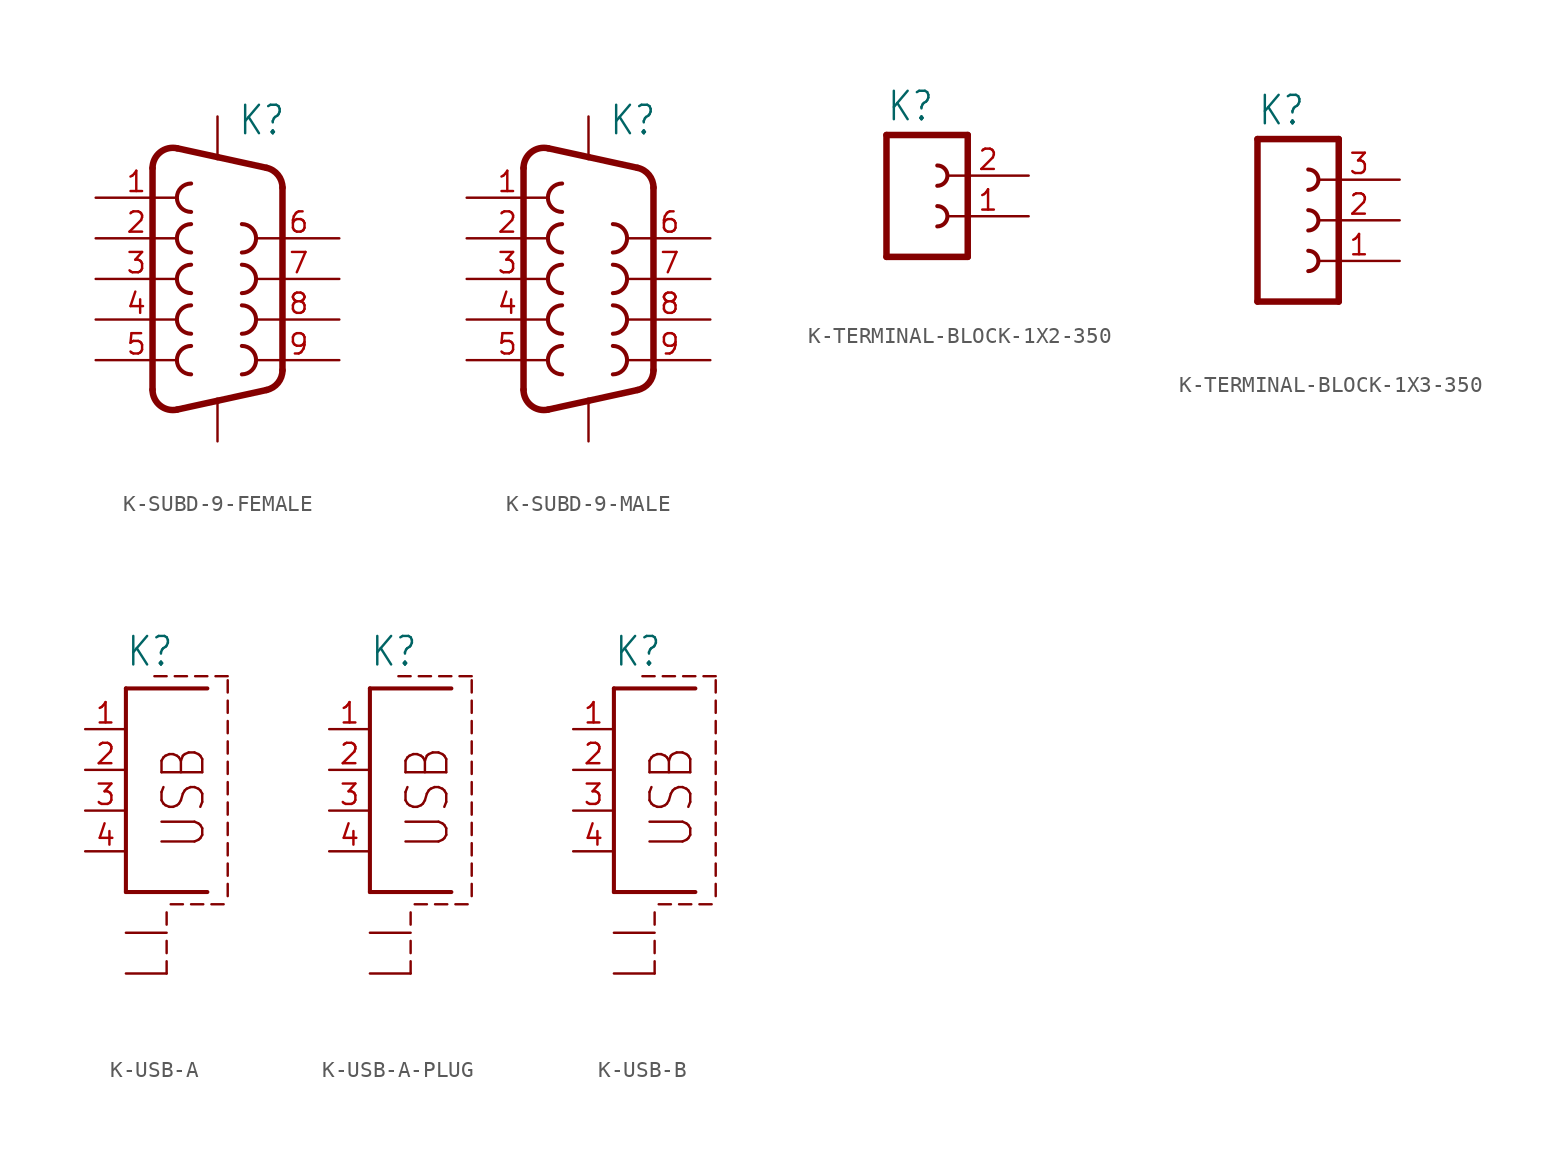
<source format=kicad_sym>
(kicad_symbol_lib
  (version 20231120)
  (generator "kicad_symbol_editor")
  (generator_version "8.0")
  (symbol "K-SUBD-9-FEMALE"
    (property "Reference" "K"
      (at 1.27 8.89 0)
      (effects (font (size 1.778 1.511)) (justify left bottom)))
    (property "Value" ""
      (at 1.27 -10.795 0)
      (effects (font (size 1.778 1.511)) (justify left bottom)))
    (property "ki_locked" ""
      (at 0 0 0)
      (effects (font (size 1.27 1.27))))
    (symbol "K-SUBD-9-FEMALE_1_0"
      (arc (start -4.064 -6.9312) (mid -3.5903 -7.9206) (end -2.5225 -8.172) (stroke (width 0.4064) (type solid)) (fill (type none)))
      (arc (start -2.5225 8.1719) (mid -3.5902 7.9205) (end -4.064 6.9312) (stroke (width 0.4064) (type solid)) (fill (type none)))
      (arc (start -1.651 -4.191) (mid -2.54 -5.08) (end -1.651 -5.969) (stroke (width 0.254) (type solid)) (fill (type none)))
      (arc (start -1.651 -1.651) (mid -2.54 -2.54) (end -1.651 -3.429) (stroke (width 0.254) (type solid)) (fill (type none)))
      (arc (start -1.651 0.889) (mid -2.54 0) (end -1.651 -0.889) (stroke (width 0.254) (type solid)) (fill (type none)))
      (arc (start -1.651 3.429) (mid -2.54 2.54) (end -1.651 1.651) (stroke (width 0.254) (type solid)) (fill (type none)))
      (arc (start -1.651 5.969) (mid -2.54 5.08) (end -1.651 4.191) (stroke (width 0.254) (type solid)) (fill (type none)))
      (polyline (pts (xy -4.064 -6.931) (xy -4.064 6.931)) (stroke (width 0.406) (type solid)) (fill (type none)))
      (polyline (pts (xy -2.523 -8.172) (xy 0 -7.62)) (stroke (width 0.406) (type solid)) (fill (type none)))
      (polyline (pts (xy -2.523 8.172) (xy 0 7.62)) (stroke (width 0.406) (type solid)) (fill (type none)))
      (polyline (pts (xy 0 -7.62) (xy 3.065 -6.949)) (stroke (width 0.406) (type solid)) (fill (type none)))
      (polyline (pts (xy 0 7.62) (xy 3.065 6.949)) (stroke (width 0.406) (type solid)) (fill (type none)))
      (polyline (pts (xy 4.064 -5.709) (xy 4.064 5.709)) (stroke (width 0.406) (type solid)) (fill (type none)))
      (arc (start 1.524 -5.969) (mid 2.413 -5.08) (end 1.524 -4.191) (stroke (width 0.254) (type solid)) (fill (type none)))
      (arc (start 1.524 -3.429) (mid 2.413 -2.54) (end 1.524 -1.651) (stroke (width 0.254) (type solid)) (fill (type none)))
      (arc (start 1.524 -0.889) (mid 2.413 0) (end 1.524 0.889) (stroke (width 0.254) (type solid)) (fill (type none)))
      (arc (start 1.524 1.651) (mid 2.413 2.54) (end 1.524 3.429) (stroke (width 0.254) (type solid)) (fill (type none)))
      (arc (start 3.0654 -6.9494) (mid 3.7833 -6.505) (end 4.064 -5.7087) (stroke (width 0.4064) (type solid)) (fill (type none)))
      (arc (start 4.0642 5.7088) (mid 3.7834 6.5051) (end 3.0654 6.9495) (stroke (width 0.4064) (type solid)) (fill (type none)))
      (pin passive line (at -7.62 5.08 0) (length 5.08) (name "1" (effects (font (size 0 0)))) (number "1" (effects (font (size 1.27 1.27)))))
      (pin passive line (at -7.62 2.54 0) (length 5.08) (name "2" (effects (font (size 0 0)))) (number "2" (effects (font (size 1.27 1.27)))))
      (pin passive line (at -7.62 0 0) (length 5.08) (name "3" (effects (font (size 0 0)))) (number "3" (effects (font (size 1.27 1.27)))))
      (pin passive line (at -7.62 -2.54 0) (length 5.08) (name "4" (effects (font (size 0 0)))) (number "4" (effects (font (size 1.27 1.27)))))
      (pin passive line (at -7.62 -5.08 0) (length 5.08) (name "5" (effects (font (size 0 0)))) (number "5" (effects (font (size 1.27 1.27)))))
      (pin passive line (at 7.62 2.54 180) (length 5.08) (name "6" (effects (font (size 0 0)))) (number "6" (effects (font (size 1.27 1.27)))))
      (pin passive line (at 7.62 0 180) (length 5.08) (name "7" (effects (font (size 0 0)))) (number "7" (effects (font (size 1.27 1.27)))))
      (pin passive line (at 7.62 -2.54 180) (length 5.08) (name "8" (effects (font (size 0 0)))) (number "8" (effects (font (size 1.27 1.27)))))
      (pin passive line (at 7.62 -5.08 180) (length 5.08) (name "9" (effects (font (size 0 0)))) (number "9" (effects (font (size 1.27 1.27)))))
      (pin passive line (at 0 -10.16 90) (length 2.54) (name "P$1" (effects (font (size 0 0)))) (number "G1" (effects (font (size 0 0)))))
      (pin passive line (at 0 10.16 270) (length 2.54) (name "P$2" (effects (font (size 0 0)))) (number "G2" (effects (font (size 0 0)))))))
  (symbol "K-SUBD-9-MALE"
    (property "Reference" "K"
      (at 1.27 8.89 0)
      (effects (font (size 1.778 1.511)) (justify left bottom)))
    (property "Value" ""
      (at 1.27 -10.795 0)
      (effects (font (size 1.778 1.511)) (justify left bottom)))
    (property "ki_locked" ""
      (at 0 0 0)
      (effects (font (size 1.27 1.27))))
    (symbol "K-SUBD-9-MALE_1_0"
      (arc (start -4.064 -6.9312) (mid -3.5903 -7.9206) (end -2.5225 -8.172) (stroke (width 0.4064) (type solid)) (fill (type none)))
      (arc (start -2.5225 8.1719) (mid -3.5902 7.9205) (end -4.064 6.9312) (stroke (width 0.4064) (type solid)) (fill (type none)))
      (arc (start -1.651 -4.191) (mid -2.54 -5.08) (end -1.651 -5.969) (stroke (width 0.254) (type solid)) (fill (type none)))
      (arc (start -1.651 -1.651) (mid -2.54 -2.54) (end -1.651 -3.429) (stroke (width 0.254) (type solid)) (fill (type none)))
      (arc (start -1.651 0.889) (mid -2.54 0) (end -1.651 -0.889) (stroke (width 0.254) (type solid)) (fill (type none)))
      (arc (start -1.651 3.429) (mid -2.54 2.54) (end -1.651 1.651) (stroke (width 0.254) (type solid)) (fill (type none)))
      (arc (start -1.651 5.969) (mid -2.54 5.08) (end -1.651 4.191) (stroke (width 0.254) (type solid)) (fill (type none)))
      (polyline (pts (xy -4.064 -6.931) (xy -4.064 6.931)) (stroke (width 0.406) (type solid)) (fill (type none)))
      (polyline (pts (xy -2.523 -8.172) (xy 0 -7.62)) (stroke (width 0.406) (type solid)) (fill (type none)))
      (polyline (pts (xy -2.523 8.172) (xy 0 7.62)) (stroke (width 0.406) (type solid)) (fill (type none)))
      (polyline (pts (xy 0 -7.62) (xy 3.065 -6.949)) (stroke (width 0.406) (type solid)) (fill (type none)))
      (polyline (pts (xy 0 7.62) (xy 3.065 6.949)) (stroke (width 0.406) (type solid)) (fill (type none)))
      (polyline (pts (xy 4.064 -5.709) (xy 4.064 5.709)) (stroke (width 0.406) (type solid)) (fill (type none)))
      (arc (start 1.524 -5.969) (mid 2.413 -5.08) (end 1.524 -4.191) (stroke (width 0.254) (type solid)) (fill (type none)))
      (arc (start 1.524 -3.429) (mid 2.413 -2.54) (end 1.524 -1.651) (stroke (width 0.254) (type solid)) (fill (type none)))
      (arc (start 1.524 -0.889) (mid 2.413 0) (end 1.524 0.889) (stroke (width 0.254) (type solid)) (fill (type none)))
      (arc (start 1.524 1.651) (mid 2.413 2.54) (end 1.524 3.429) (stroke (width 0.254) (type solid)) (fill (type none)))
      (arc (start 3.0654 -6.9494) (mid 3.7833 -6.505) (end 4.064 -5.7087) (stroke (width 0.4064) (type solid)) (fill (type none)))
      (arc (start 4.0642 5.7088) (mid 3.7834 6.5051) (end 3.0654 6.9495) (stroke (width 0.4064) (type solid)) (fill (type none)))
      (pin passive line (at -7.62 5.08 0) (length 5.08) (name "1" (effects (font (size 0 0)))) (number "1" (effects (font (size 1.27 1.27)))))
      (pin passive line (at -7.62 2.54 0) (length 5.08) (name "2" (effects (font (size 0 0)))) (number "2" (effects (font (size 1.27 1.27)))))
      (pin passive line (at -7.62 0 0) (length 5.08) (name "3" (effects (font (size 0 0)))) (number "3" (effects (font (size 1.27 1.27)))))
      (pin passive line (at -7.62 -2.54 0) (length 5.08) (name "4" (effects (font (size 0 0)))) (number "4" (effects (font (size 1.27 1.27)))))
      (pin passive line (at -7.62 -5.08 0) (length 5.08) (name "5" (effects (font (size 0 0)))) (number "5" (effects (font (size 1.27 1.27)))))
      (pin passive line (at 7.62 2.54 180) (length 5.08) (name "6" (effects (font (size 0 0)))) (number "6" (effects (font (size 1.27 1.27)))))
      (pin passive line (at 7.62 0 180) (length 5.08) (name "7" (effects (font (size 0 0)))) (number "7" (effects (font (size 1.27 1.27)))))
      (pin passive line (at 7.62 -2.54 180) (length 5.08) (name "8" (effects (font (size 0 0)))) (number "8" (effects (font (size 1.27 1.27)))))
      (pin passive line (at 7.62 -5.08 180) (length 5.08) (name "9" (effects (font (size 0 0)))) (number "9" (effects (font (size 1.27 1.27)))))
      (pin passive line (at 0 -10.16 90) (length 2.54) (name "P$1" (effects (font (size 0 0)))) (number "G1" (effects (font (size 0 0)))))
      (pin passive line (at 0 10.16 270) (length 2.54) (name "P$2" (effects (font (size 0 0)))) (number "G2" (effects (font (size 0 0)))))))
  (symbol "K-TERMINAL-BLOCK-1X2-350"
    (property "Reference" "K"
      (at -1.27 3.302 0)
      (effects (font (size 1.778 1.511)) (justify left bottom)))
    (property "Value" ""
      (at -1.27 -7.62 0)
      (effects (font (size 1.778 1.511)) (justify left bottom)))
    (property "ki_locked" ""
      (at 0 0 0)
      (effects (font (size 1.27 1.27))))
    (symbol "K-TERMINAL-BLOCK-1X2-350_1_0"
      (polyline (pts (xy -1.27 2.54) (xy -1.27 -5.08)) (stroke (width 0.406) (type solid)) (fill (type none)))
      (polyline (pts (xy -1.27 2.54) (xy 3.81 2.54)) (stroke (width 0.406) (type solid)) (fill (type none)))
      (polyline (pts (xy 3.81 -5.08) (xy -1.27 -5.08)) (stroke (width 0.406) (type solid)) (fill (type none)))
      (polyline (pts (xy 3.81 -5.08) (xy 3.81 2.54)) (stroke (width 0.406) (type solid)) (fill (type none)))
      (arc (start 1.905 -3.175) (mid 2.54 -2.54) (end 1.905 -1.905) (stroke (width 0.254) (type solid)) (fill (type none)))
      (arc (start 1.905 -0.635) (mid 2.54 0) (end 1.905 0.635) (stroke (width 0.254) (type solid)) (fill (type none)))
      (pin passive line (at 7.62 -2.54 180) (length 5.08) (name "1" (effects (font (size 0 0)))) (number "1" (effects (font (size 1.27 1.27)))))
      (pin passive line (at 7.62 0 180) (length 5.08) (name "2" (effects (font (size 0 0)))) (number "2" (effects (font (size 1.27 1.27)))))))
  (symbol "K-TERMINAL-BLOCK-1X3-350"
    (property "Reference" "K"
      (at -1.27 5.842 0)
      (effects (font (size 1.778 1.511)) (justify left bottom)))
    (property "Value" ""
      (at -1.27 -7.62 0)
      (effects (font (size 1.778 1.511)) (justify left bottom)))
    (property "ki_locked" ""
      (at 0 0 0)
      (effects (font (size 1.27 1.27))))
    (symbol "K-TERMINAL-BLOCK-1X3-350_1_0"
      (polyline (pts (xy -1.27 5.08) (xy -1.27 -5.08)) (stroke (width 0.406) (type solid)) (fill (type none)))
      (polyline (pts (xy -1.27 5.08) (xy 3.81 5.08)) (stroke (width 0.406) (type solid)) (fill (type none)))
      (polyline (pts (xy 3.81 -5.08) (xy -1.27 -5.08)) (stroke (width 0.406) (type solid)) (fill (type none)))
      (polyline (pts (xy 3.81 -5.08) (xy 3.81 5.08)) (stroke (width 0.406) (type solid)) (fill (type none)))
      (arc (start 1.905 -3.175) (mid 2.54 -2.54) (end 1.905 -1.905) (stroke (width 0.254) (type solid)) (fill (type none)))
      (arc (start 1.905 -0.635) (mid 2.54 0) (end 1.905 0.635) (stroke (width 0.254) (type solid)) (fill (type none)))
      (arc (start 1.905 1.905) (mid 2.54 2.54) (end 1.905 3.175) (stroke (width 0.254) (type solid)) (fill (type none)))
      (pin passive line (at 7.62 -2.54 180) (length 5.08) (name "1" (effects (font (size 0 0)))) (number "1" (effects (font (size 1.27 1.27)))))
      (pin passive line (at 7.62 0 180) (length 5.08) (name "2" (effects (font (size 0 0)))) (number "2" (effects (font (size 1.27 1.27)))))
      (pin passive line (at 7.62 2.54 180) (length 5.08) (name "3" (effects (font (size 0 0)))) (number "3" (effects (font (size 1.27 1.27)))))))
  (symbol "K-USB-A"
    (property "Reference" "K"
      (at 0 8.89 0)
      (effects (font (size 1.778 1.511)) (justify left bottom)))
    (property "Value" ""
      (at 0 -12.7 0)
      (effects (font (size 1.778 1.511)) (justify left bottom)))
    (property "ki_locked" ""
      (at 0 0 0)
      (effects (font (size 1.27 1.27))))
    (symbol "K-USB-A_1_0"
      (polyline (pts (xy 0 -5.08) (xy 5.08 -5.08)) (stroke (width 0.254) (type solid)) (fill (type none)))
      (polyline (pts (xy 0 7.62) (xy 0 -5.08)) (stroke (width 0.254) (type solid)) (fill (type none)))
      (polyline (pts (xy 0 7.62) (xy 5.08 7.62)) (stroke (width 0.254) (type solid)) (fill (type none)))
      (polyline (pts (xy 2.54 -10.16) (xy 2.54 -9.398)) (stroke (width 0.152) (type solid)) (fill (type none)))
      (polyline (pts (xy 2.54 -8.89) (xy 2.54 -8.128)) (stroke (width 0.152) (type solid)) (fill (type none)))
      (polyline (pts (xy 2.54 -7.112) (xy 2.54 -6.35)) (stroke (width 0.152) (type solid)) (fill (type none)))
      (polyline (pts (xy 2.54 8.382) (xy 1.778 8.382)) (stroke (width 0.152) (type solid)) (fill (type none)))
      (polyline (pts (xy 3.556 -5.842) (xy 2.794 -5.842)) (stroke (width 0.152) (type solid)) (fill (type none)))
      (polyline (pts (xy 3.81 8.382) (xy 3.048 8.382)) (stroke (width 0.152) (type solid)) (fill (type none)))
      (polyline (pts (xy 4.826 -5.842) (xy 4.064 -5.842)) (stroke (width 0.152) (type solid)) (fill (type none)))
      (polyline (pts (xy 5.08 8.382) (xy 4.318 8.382)) (stroke (width 0.152) (type solid)) (fill (type none)))
      (polyline (pts (xy 6.096 -5.842) (xy 5.334 -5.842)) (stroke (width 0.152) (type solid)) (fill (type none)))
      (polyline (pts (xy 6.35 -5.334) (xy 6.35 -4.572)) (stroke (width 0.152) (type solid)) (fill (type none)))
      (polyline (pts (xy 6.35 -4.064) (xy 6.35 -3.302)) (stroke (width 0.152) (type solid)) (fill (type none)))
      (polyline (pts (xy 6.35 -2.794) (xy 6.35 -2.032)) (stroke (width 0.152) (type solid)) (fill (type none)))
      (polyline (pts (xy 6.35 -1.524) (xy 6.35 -0.762)) (stroke (width 0.152) (type solid)) (fill (type none)))
      (polyline (pts (xy 6.35 -0.254) (xy 6.35 0.508)) (stroke (width 0.152) (type solid)) (fill (type none)))
      (polyline (pts (xy 6.35 1.016) (xy 6.35 1.778)) (stroke (width 0.152) (type solid)) (fill (type none)))
      (polyline (pts (xy 6.35 2.286) (xy 6.35 3.048)) (stroke (width 0.152) (type solid)) (fill (type none)))
      (polyline (pts (xy 6.35 3.556) (xy 6.35 4.318)) (stroke (width 0.152) (type solid)) (fill (type none)))
      (polyline (pts (xy 6.35 4.826) (xy 6.35 5.588)) (stroke (width 0.152) (type solid)) (fill (type none)))
      (polyline (pts (xy 6.35 6.096) (xy 6.35 6.858)) (stroke (width 0.152) (type solid)) (fill (type none)))
      (polyline (pts (xy 6.35 7.366) (xy 6.35 8.128)) (stroke (width 0.152) (type solid)) (fill (type none)))
      (polyline (pts (xy 6.35 8.382) (xy 5.588 8.382)) (stroke (width 0.152) (type solid)) (fill (type none)))
      (text "USB" (at 5.08 -2.54 900) (effects (font (size 2.54 2.159)) (justify left bottom)))
      (pin passive line (at -2.54 5.08 0) (length 2.54) (name "1" (effects (font (size 0 0)))) (number "1" (effects (font (size 1.27 1.27)))))
      (pin passive line (at -2.54 2.54 0) (length 2.54) (name "2" (effects (font (size 0 0)))) (number "2" (effects (font (size 1.27 1.27)))))
      (pin passive line (at -2.54 0 0) (length 2.54) (name "3" (effects (font (size 0 0)))) (number "3" (effects (font (size 1.27 1.27)))))
      (pin passive line (at -2.54 -2.54 0) (length 2.54) (name "4" (effects (font (size 0 0)))) (number "4" (effects (font (size 1.27 1.27)))))
      (pin passive line (at 0 -7.62 0) (length 2.54) (name "S1" (effects (font (size 0 0)))) (number "S1" (effects (font (size 0 0)))))
      (pin passive line (at 0 -10.16 0) (length 2.54) (name "S2" (effects (font (size 0 0)))) (number "S2" (effects (font (size 0 0)))))))
  (symbol "K-USB-A-PLUG"
    (property "Reference" "K"
      (at 0 8.89 0)
      (effects (font (size 1.778 1.511)) (justify left bottom)))
    (property "Value" ""
      (at 0 -12.7 0)
      (effects (font (size 1.778 1.511)) (justify left bottom)))
    (property "ki_locked" ""
      (at 0 0 0)
      (effects (font (size 1.27 1.27))))
    (symbol "K-USB-A-PLUG_1_0"
      (polyline (pts (xy 0 -5.08) (xy 5.08 -5.08)) (stroke (width 0.254) (type solid)) (fill (type none)))
      (polyline (pts (xy 0 7.62) (xy 0 -5.08)) (stroke (width 0.254) (type solid)) (fill (type none)))
      (polyline (pts (xy 0 7.62) (xy 5.08 7.62)) (stroke (width 0.254) (type solid)) (fill (type none)))
      (polyline (pts (xy 2.54 -10.16) (xy 2.54 -9.398)) (stroke (width 0.152) (type solid)) (fill (type none)))
      (polyline (pts (xy 2.54 -8.89) (xy 2.54 -8.128)) (stroke (width 0.152) (type solid)) (fill (type none)))
      (polyline (pts (xy 2.54 -7.112) (xy 2.54 -6.35)) (stroke (width 0.152) (type solid)) (fill (type none)))
      (polyline (pts (xy 2.54 8.382) (xy 1.778 8.382)) (stroke (width 0.152) (type solid)) (fill (type none)))
      (polyline (pts (xy 3.556 -5.842) (xy 2.794 -5.842)) (stroke (width 0.152) (type solid)) (fill (type none)))
      (polyline (pts (xy 3.81 8.382) (xy 3.048 8.382)) (stroke (width 0.152) (type solid)) (fill (type none)))
      (polyline (pts (xy 4.826 -5.842) (xy 4.064 -5.842)) (stroke (width 0.152) (type solid)) (fill (type none)))
      (polyline (pts (xy 5.08 8.382) (xy 4.318 8.382)) (stroke (width 0.152) (type solid)) (fill (type none)))
      (polyline (pts (xy 6.096 -5.842) (xy 5.334 -5.842)) (stroke (width 0.152) (type solid)) (fill (type none)))
      (polyline (pts (xy 6.35 -5.334) (xy 6.35 -4.572)) (stroke (width 0.152) (type solid)) (fill (type none)))
      (polyline (pts (xy 6.35 -4.064) (xy 6.35 -3.302)) (stroke (width 0.152) (type solid)) (fill (type none)))
      (polyline (pts (xy 6.35 -2.794) (xy 6.35 -2.032)) (stroke (width 0.152) (type solid)) (fill (type none)))
      (polyline (pts (xy 6.35 -1.524) (xy 6.35 -0.762)) (stroke (width 0.152) (type solid)) (fill (type none)))
      (polyline (pts (xy 6.35 -0.254) (xy 6.35 0.508)) (stroke (width 0.152) (type solid)) (fill (type none)))
      (polyline (pts (xy 6.35 1.016) (xy 6.35 1.778)) (stroke (width 0.152) (type solid)) (fill (type none)))
      (polyline (pts (xy 6.35 2.286) (xy 6.35 3.048)) (stroke (width 0.152) (type solid)) (fill (type none)))
      (polyline (pts (xy 6.35 3.556) (xy 6.35 4.318)) (stroke (width 0.152) (type solid)) (fill (type none)))
      (polyline (pts (xy 6.35 4.826) (xy 6.35 5.588)) (stroke (width 0.152) (type solid)) (fill (type none)))
      (polyline (pts (xy 6.35 6.096) (xy 6.35 6.858)) (stroke (width 0.152) (type solid)) (fill (type none)))
      (polyline (pts (xy 6.35 7.366) (xy 6.35 8.128)) (stroke (width 0.152) (type solid)) (fill (type none)))
      (polyline (pts (xy 6.35 8.382) (xy 5.588 8.382)) (stroke (width 0.152) (type solid)) (fill (type none)))
      (text "USB" (at 5.08 -2.54 900) (effects (font (size 2.54 2.159)) (justify left bottom)))
      (pin passive line (at -2.54 5.08 0) (length 2.54) (name "1" (effects (font (size 0 0)))) (number "1" (effects (font (size 1.27 1.27)))))
      (pin passive line (at -2.54 2.54 0) (length 2.54) (name "2" (effects (font (size 0 0)))) (number "2" (effects (font (size 1.27 1.27)))))
      (pin passive line (at -2.54 0 0) (length 2.54) (name "3" (effects (font (size 0 0)))) (number "3" (effects (font (size 1.27 1.27)))))
      (pin passive line (at -2.54 -2.54 0) (length 2.54) (name "4" (effects (font (size 0 0)))) (number "4" (effects (font (size 1.27 1.27)))))
      (pin passive line (at 0 -7.62 0) (length 2.54) (name "S1" (effects (font (size 0 0)))) (number "S1" (effects (font (size 0 0)))))
      (pin passive line (at 0 -10.16 0) (length 2.54) (name "S2" (effects (font (size 0 0)))) (number "S2" (effects (font (size 0 0)))))))
  (symbol "K-USB-B"
    (property "Reference" "K"
      (at 0 8.89 0)
      (effects (font (size 1.778 1.511)) (justify left bottom)))
    (property "Value" ""
      (at 0 -12.7 0)
      (effects (font (size 1.778 1.511)) (justify left bottom)))
    (property "ki_locked" ""
      (at 0 0 0)
      (effects (font (size 1.27 1.27))))
    (symbol "K-USB-B_1_0"
      (polyline (pts (xy 0 -5.08) (xy 5.08 -5.08)) (stroke (width 0.254) (type solid)) (fill (type none)))
      (polyline (pts (xy 0 7.62) (xy 0 -5.08)) (stroke (width 0.254) (type solid)) (fill (type none)))
      (polyline (pts (xy 0 7.62) (xy 5.08 7.62)) (stroke (width 0.254) (type solid)) (fill (type none)))
      (polyline (pts (xy 2.54 -10.16) (xy 2.54 -9.398)) (stroke (width 0.152) (type solid)) (fill (type none)))
      (polyline (pts (xy 2.54 -8.89) (xy 2.54 -8.128)) (stroke (width 0.152) (type solid)) (fill (type none)))
      (polyline (pts (xy 2.54 -7.112) (xy 2.54 -6.35)) (stroke (width 0.152) (type solid)) (fill (type none)))
      (polyline (pts (xy 2.54 8.382) (xy 1.778 8.382)) (stroke (width 0.152) (type solid)) (fill (type none)))
      (polyline (pts (xy 3.556 -5.842) (xy 2.794 -5.842)) (stroke (width 0.152) (type solid)) (fill (type none)))
      (polyline (pts (xy 3.81 8.382) (xy 3.048 8.382)) (stroke (width 0.152) (type solid)) (fill (type none)))
      (polyline (pts (xy 4.826 -5.842) (xy 4.064 -5.842)) (stroke (width 0.152) (type solid)) (fill (type none)))
      (polyline (pts (xy 5.08 8.382) (xy 4.318 8.382)) (stroke (width 0.152) (type solid)) (fill (type none)))
      (polyline (pts (xy 6.096 -5.842) (xy 5.334 -5.842)) (stroke (width 0.152) (type solid)) (fill (type none)))
      (polyline (pts (xy 6.35 -5.334) (xy 6.35 -4.572)) (stroke (width 0.152) (type solid)) (fill (type none)))
      (polyline (pts (xy 6.35 -4.064) (xy 6.35 -3.302)) (stroke (width 0.152) (type solid)) (fill (type none)))
      (polyline (pts (xy 6.35 -2.794) (xy 6.35 -2.032)) (stroke (width 0.152) (type solid)) (fill (type none)))
      (polyline (pts (xy 6.35 -1.524) (xy 6.35 -0.762)) (stroke (width 0.152) (type solid)) (fill (type none)))
      (polyline (pts (xy 6.35 -0.254) (xy 6.35 0.508)) (stroke (width 0.152) (type solid)) (fill (type none)))
      (polyline (pts (xy 6.35 1.016) (xy 6.35 1.778)) (stroke (width 0.152) (type solid)) (fill (type none)))
      (polyline (pts (xy 6.35 2.286) (xy 6.35 3.048)) (stroke (width 0.152) (type solid)) (fill (type none)))
      (polyline (pts (xy 6.35 3.556) (xy 6.35 4.318)) (stroke (width 0.152) (type solid)) (fill (type none)))
      (polyline (pts (xy 6.35 4.826) (xy 6.35 5.588)) (stroke (width 0.152) (type solid)) (fill (type none)))
      (polyline (pts (xy 6.35 6.096) (xy 6.35 6.858)) (stroke (width 0.152) (type solid)) (fill (type none)))
      (polyline (pts (xy 6.35 7.366) (xy 6.35 8.128)) (stroke (width 0.152) (type solid)) (fill (type none)))
      (polyline (pts (xy 6.35 8.382) (xy 5.588 8.382)) (stroke (width 0.152) (type solid)) (fill (type none)))
      (text "USB" (at 5.08 -2.54 900) (effects (font (size 2.54 2.159)) (justify left bottom)))
      (pin passive line (at -2.54 5.08 0) (length 2.54) (name "1" (effects (font (size 0 0)))) (number "1" (effects (font (size 1.27 1.27)))))
      (pin passive line (at -2.54 2.54 0) (length 2.54) (name "2" (effects (font (size 0 0)))) (number "2" (effects (font (size 1.27 1.27)))))
      (pin passive line (at -2.54 0 0) (length 2.54) (name "3" (effects (font (size 0 0)))) (number "3" (effects (font (size 1.27 1.27)))))
      (pin passive line (at -2.54 -2.54 0) (length 2.54) (name "4" (effects (font (size 0 0)))) (number "4" (effects (font (size 1.27 1.27)))))
      (pin passive line (at 0 -7.62 0) (length 2.54) (name "S1" (effects (font (size 0 0)))) (number "S1" (effects (font (size 0 0)))))
      (pin passive line (at 0 -10.16 0) (length 2.54) (name "S2" (effects (font (size 0 0)))) (number "S2" (effects (font (size 0 0))))))))
</source>
